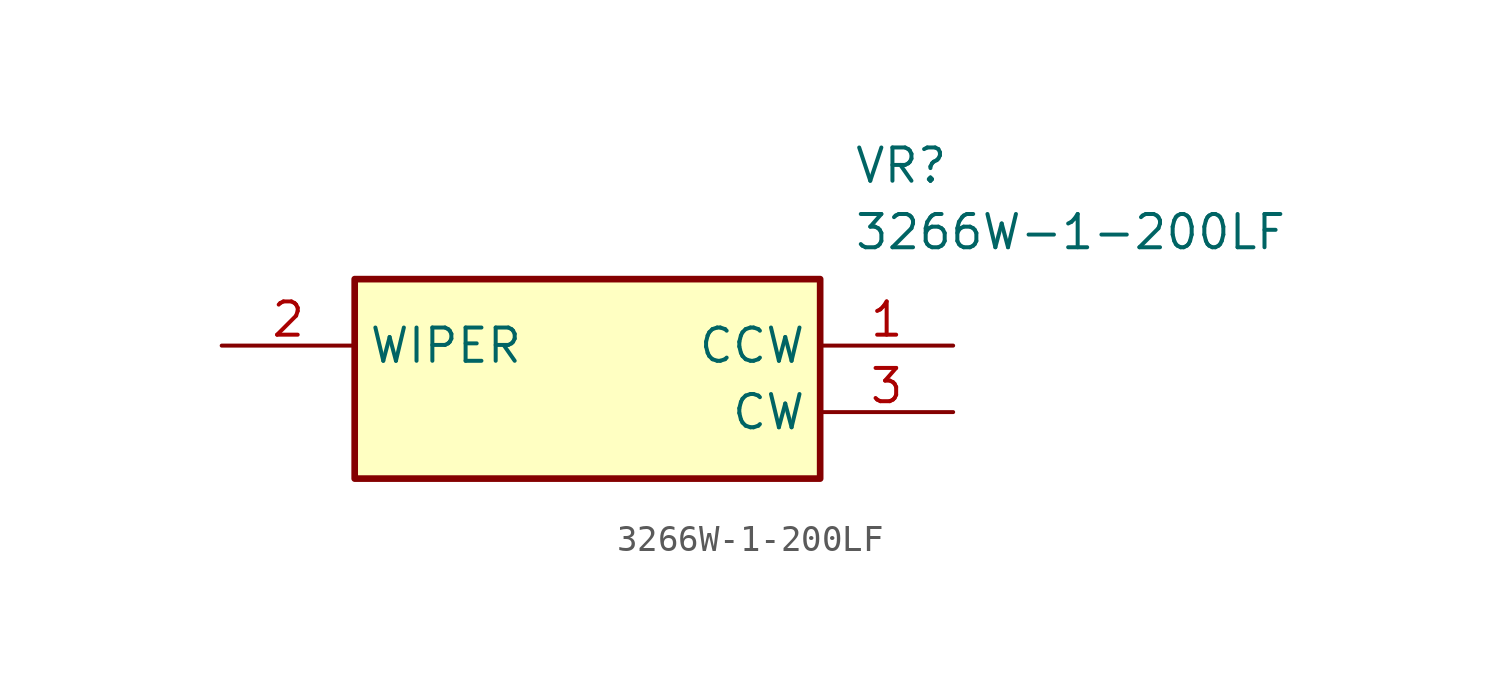
<source format=kicad_sym>
(kicad_symbol_lib
  (version 20220914)
  (generator kicad_symbol_editor)
  (symbol "3266W-1-200LF"
    (property "Reference" "VR"
      (at 24.13 7.62 0)
      (effects (font (size 1.27 1.27)) (justify left top)))
    (property "Value" "3266W-1-200LF"
      (at 24.13 5.08 0)
      (effects (font (size 1.27 1.27)) (justify left top)))
    (symbol "3266W-1-200LF_1_1"
      (rectangle (start 5.08 2.54) (end 22.86 -5.08) (stroke (width 0.254) (type default)) (fill (type background)))
      (pin passive line (at 27.94 0 180) (length 5.08) (name "CCW" (effects (font (size 1.27 1.27)))) (number "1" (effects (font (size 1.27 1.27)))))
      (pin passive line (at 0 0 0) (length 5.08) (name "WIPER" (effects (font (size 1.27 1.27)))) (number "2" (effects (font (size 1.27 1.27)))))
      (pin passive line (at 27.94 -2.54 180) (length 5.08) (name "CW" (effects (font (size 1.27 1.27)))) (number "3" (effects (font (size 1.27 1.27))))))))
</source>
